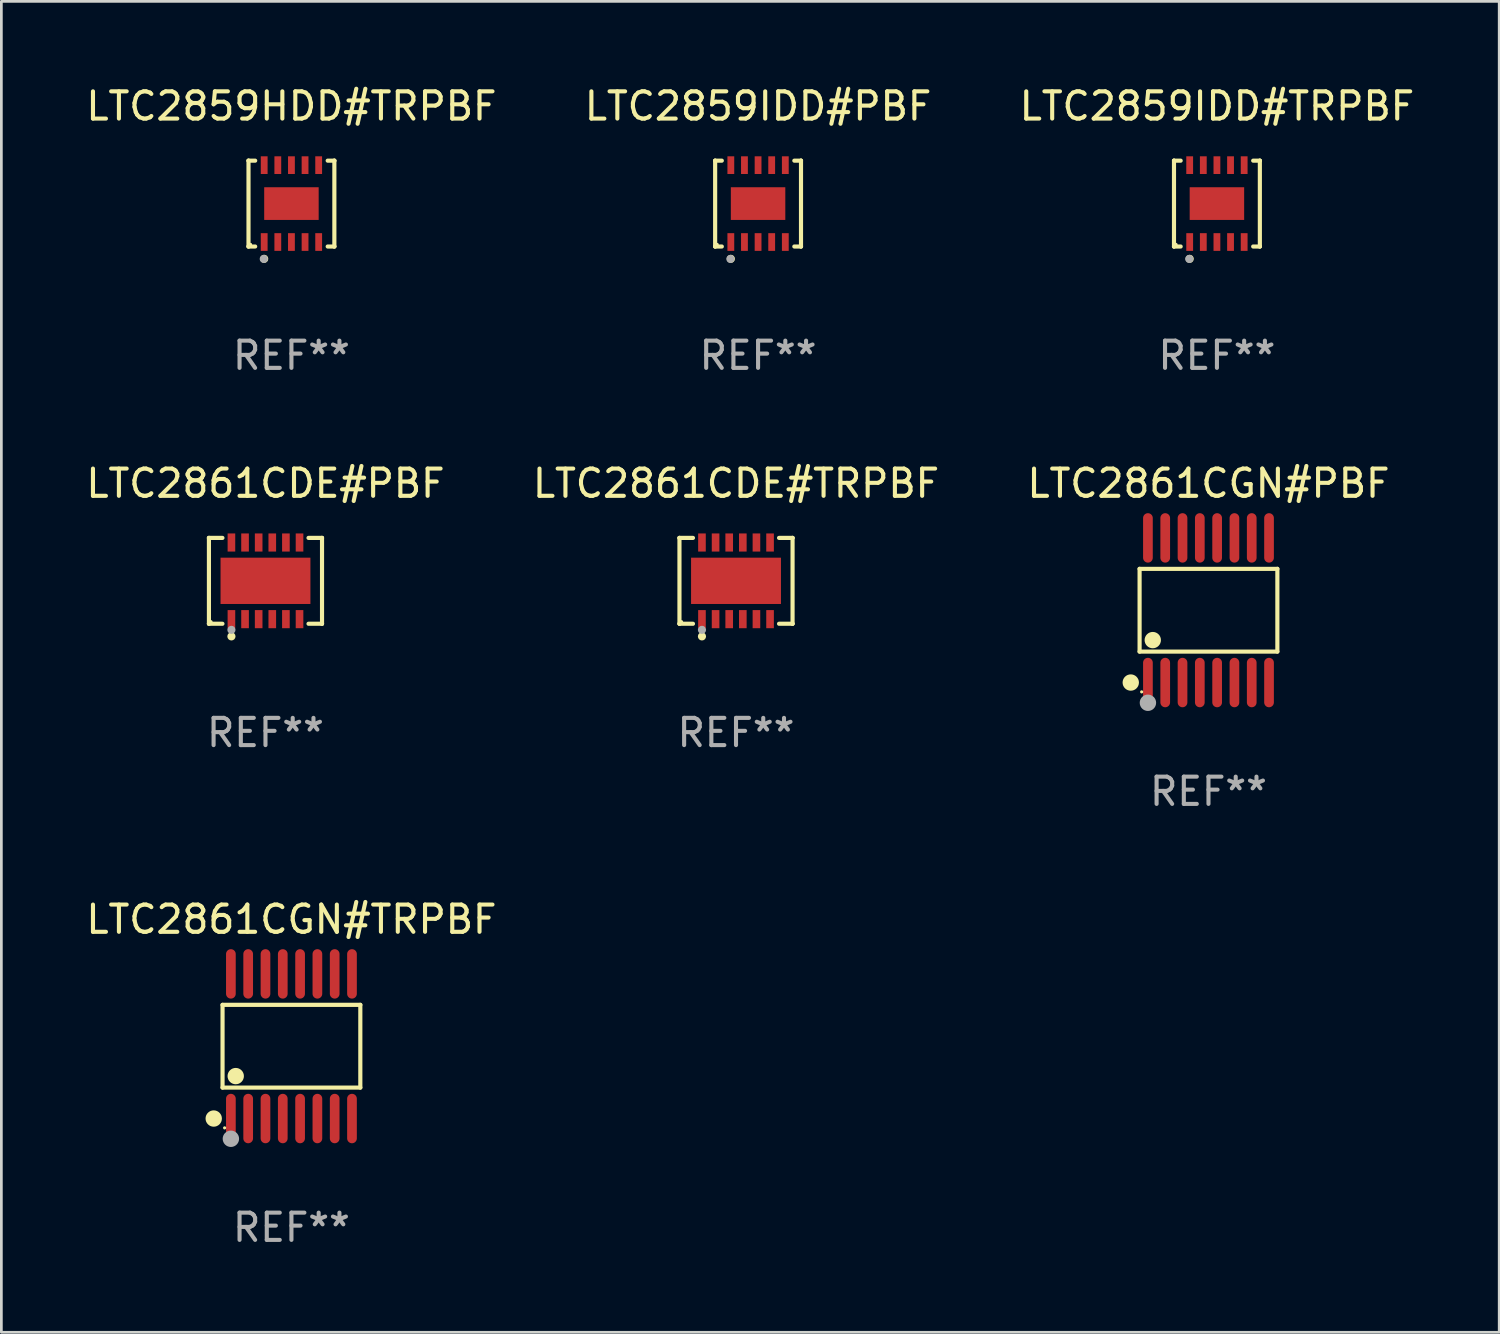
<source format=kicad_pcb>
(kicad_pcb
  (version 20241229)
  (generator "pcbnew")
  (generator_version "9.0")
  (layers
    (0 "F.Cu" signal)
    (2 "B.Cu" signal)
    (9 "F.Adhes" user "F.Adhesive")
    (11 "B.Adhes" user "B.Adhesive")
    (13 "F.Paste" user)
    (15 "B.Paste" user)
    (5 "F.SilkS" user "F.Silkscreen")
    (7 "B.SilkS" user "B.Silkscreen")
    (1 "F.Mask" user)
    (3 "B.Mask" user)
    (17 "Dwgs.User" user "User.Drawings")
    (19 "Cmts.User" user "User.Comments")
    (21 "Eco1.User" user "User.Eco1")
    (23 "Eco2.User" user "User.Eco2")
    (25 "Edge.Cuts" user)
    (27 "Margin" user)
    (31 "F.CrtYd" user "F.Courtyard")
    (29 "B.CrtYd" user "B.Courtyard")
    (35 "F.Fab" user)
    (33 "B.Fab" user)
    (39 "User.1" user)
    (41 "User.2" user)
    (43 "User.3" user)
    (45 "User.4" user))
  (footprint "LTC2859HDD#TRPBF"
    (layer "F.Cu")
    (at 7.649 4.424)
    (property "Reference" "LTC2859HDD#TRPBF" (at 0 -3.576 0) (layer "F.SilkS") (effects (font (size 1 1) (thickness 0.15))))
    (attr through_hole)
    (fp_line (start -1.576 -1.576) (end -1.576 -1.576) (stroke (width 0.152) (type solid)) (layer "F.SilkS"))
    (fp_line (start -1.576 -1.576) (end -1.331 -1.576) (stroke (width 0.152) (type solid)) (layer "F.SilkS"))
    (fp_line (start -1.576 1.576) (end -1.576 -1.576) (stroke (width 0.152) (type solid)) (layer "F.SilkS"))
    (fp_line (start -1.576 1.576) (end -1.576 1.576) (stroke (width 0.152) (type solid)) (layer "F.SilkS"))
    (fp_line (start -1.331 1.576) (end -1.576 1.576) (stroke (width 0.152) (type solid)) (layer "F.SilkS"))
    (fp_line (start 1.331 1.576) (end 1.576 1.576) (stroke (width 0.152) (type solid)) (layer "F.SilkS"))
    (fp_line (start 1.576 -1.576) (end 1.331 -1.576) (stroke (width 0.152) (type solid)) (layer "F.SilkS"))
    (fp_line (start 1.576 -1.576) (end 1.576 -1.576) (stroke (width 0.152) (type solid)) (layer "F.SilkS"))
    (fp_line (start 1.576 1.576) (end 1.576 -1.576) (stroke (width 0.152) (type solid)) (layer "F.SilkS"))
    (fp_line (start 1.576 1.576) (end 1.576 1.576) (stroke (width 0.152) (type solid)) (layer "F.SilkS"))
    (fp_circle (center -1.5 1.5) (end -1.47 1.5) (stroke (width 0.06) (type solid)) (fill no) (layer "F.SilkS"))
    (fp_circle (center -1 2.028) (end -0.925 2.028) (stroke (width 0.15) (type solid)) (fill no) (layer "F.SilkS"))
    (fp_circle (center -1.016 2.032) (end -0.941 2.032) (stroke (width 0.15) (type solid)) (fill no) (layer "F.Fab"))
    (fp_text user "REF**" (at 0 5.576 0) (layer "F.Fab") (effects (font (size 1 1) (thickness 0.15))))
    (pad "1" smd rect (at -1 1.411) (size 0.25 0.65) (layers "F.Cu" "F.Mask" "F.Paste"))
    (pad "2" smd rect (at -0.5 1.411) (size 0.25 0.65) (layers "F.Cu" "F.Mask" "F.Paste"))
    (pad "3" smd rect (at 0 1.411) (size 0.25 0.65) (layers "F.Cu" "F.Mask" "F.Paste"))
    (pad "4" smd rect (at 0.5 1.411) (size 0.25 0.65) (layers "F.Cu" "F.Mask" "F.Paste"))
    (pad "5" smd rect (at 1 1.411) (size 0.25 0.65) (layers "F.Cu" "F.Mask" "F.Paste"))
    (pad "6" smd rect (at 1 -1.411) (size 0.25 0.65) (layers "F.Cu" "F.Mask" "F.Paste"))
    (pad "7" smd rect (at 0.5 -1.411) (size 0.25 0.65) (layers "F.Cu" "F.Mask" "F.Paste"))
    (pad "8" smd rect (at 0 -1.411) (size 0.25 0.65) (layers "F.Cu" "F.Mask" "F.Paste"))
    (pad "9" smd rect (at -0.5 -1.411) (size 0.25 0.65) (layers "F.Cu" "F.Mask" "F.Paste"))
    (pad "10" smd rect (at -1 -1.411) (size 0.25 0.65) (layers "F.Cu" "F.Mask" "F.Paste"))
    (pad "11" smd rect (at 0 0) (size 2 1.2) (layers "F.Cu" "F.Mask" "F.Paste")))
  (footprint "LTC2861CDE#TRPBF"
    (layer "F.Cu")
    (at 23.97 18.273)
    (property "Reference" "LTC2861CDE#TRPBF" (at 0 -3.576 0) (layer "F.SilkS") (effects (font (size 1 1) (thickness 0.15))))
    (attr through_hole)
    (fp_line (start -2.076 -1.576) (end -2.076 -1.576) (stroke (width 0.152) (type solid)) (layer "F.SilkS"))
    (fp_line (start -2.076 -1.576) (end -1.58 -1.576) (stroke (width 0.152) (type solid)) (layer "F.SilkS"))
    (fp_line (start -2.076 1.576) (end -2.076 -1.576) (stroke (width 0.152) (type solid)) (layer "F.SilkS"))
    (fp_line (start -2.076 1.576) (end -2.076 1.576) (stroke (width 0.152) (type solid)) (layer "F.SilkS"))
    (fp_line (start -1.58 1.576) (end -2.076 1.576) (stroke (width 0.152) (type solid)) (layer "F.SilkS"))
    (fp_line (start 1.58 1.576) (end 2.076 1.576) (stroke (width 0.152) (type solid)) (layer "F.SilkS"))
    (fp_line (start 2.076 -1.576) (end 1.58 -1.576) (stroke (width 0.152) (type solid)) (layer "F.SilkS"))
    (fp_line (start 2.076 -1.576) (end 2.076 -1.576) (stroke (width 0.152) (type solid)) (layer "F.SilkS"))
    (fp_line (start 2.076 1.576) (end 2.076 -1.576) (stroke (width 0.152) (type solid)) (layer "F.SilkS"))
    (fp_line (start 2.076 1.576) (end 2.076 1.576) (stroke (width 0.152) (type solid)) (layer "F.SilkS"))
    (fp_circle (center -2 1.5) (end -1.97 1.5) (stroke (width 0.06) (type solid)) (fill no) (layer "F.SilkS"))
    (fp_circle (center -1.25 2.04) (end -1.175 2.04) (stroke (width 0.15) (type solid)) (fill no) (layer "F.SilkS"))
    (fp_circle (center -1.25 1.8) (end -1.175 1.8) (stroke (width 0.15) (type solid)) (fill no) (layer "F.Fab"))
    (fp_text user "REF**" (at 0 5.576 0) (layer "F.Fab") (effects (font (size 1 1) (thickness 0.15))))
    (pad "1" smd rect (at -1.25 1.407) (size 0.28 0.665) (layers "F.Cu" "F.Mask" "F.Paste"))
    (pad "2" smd rect (at -0.75 1.407) (size 0.28 0.665) (layers "F.Cu" "F.Mask" "F.Paste"))
    (pad "3" smd rect (at -0.25 1.407) (size 0.28 0.665) (layers "F.Cu" "F.Mask" "F.Paste"))
    (pad "4" smd rect (at 0.25 1.407) (size 0.28 0.665) (layers "F.Cu" "F.Mask" "F.Paste"))
    (pad "5" smd rect (at 0.75 1.407) (size 0.28 0.665) (layers "F.Cu" "F.Mask" "F.Paste"))
    (pad "6" smd rect (at 1.25 1.407) (size 0.28 0.665) (layers "F.Cu" "F.Mask" "F.Paste"))
    (pad "7" smd rect (at 1.25 -1.407) (size 0.28 0.665) (layers "F.Cu" "F.Mask" "F.Paste"))
    (pad "8" smd rect (at 0.75 -1.407) (size 0.28 0.665) (layers "F.Cu" "F.Mask" "F.Paste"))
    (pad "9" smd rect (at 0.25 -1.407) (size 0.28 0.665) (layers "F.Cu" "F.Mask" "F.Paste"))
    (pad "10" smd rect (at -0.25 -1.407) (size 0.28 0.665) (layers "F.Cu" "F.Mask" "F.Paste"))
    (pad "11" smd rect (at -0.75 -1.407) (size 0.28 0.665) (layers "F.Cu" "F.Mask" "F.Paste"))
    (pad "12" smd rect (at -1.25 -1.407) (size 0.28 0.665) (layers "F.Cu" "F.Mask" "F.Paste"))
    (pad "13" smd rect (at 0 0) (size 3.3 1.7) (layers "F.Cu" "F.Mask" "F.Paste")))
  (footprint "LTC2861CGN#TRPBF"
    (layer "F.Cu")
    (at 7.649 35.358)
    (property "Reference" "LTC2861CGN#TRPBF" (at 0 -4.655 0) (layer "F.SilkS") (effects (font (size 1 1) (thickness 0.15))))
    (attr through_hole)
    (fp_line (start -2.529 -1.519) (end 2.529 -1.519) (stroke (width 0.152) (type solid)) (layer "F.SilkS"))
    (fp_line (start -2.529 1.519) (end -2.529 -1.519) (stroke (width 0.152) (type solid)) (layer "F.SilkS"))
    (fp_line (start 2.529 -1.519) (end 2.529 1.519) (stroke (width 0.152) (type solid)) (layer "F.SilkS"))
    (fp_line (start 2.529 1.519) (end -2.529 1.519) (stroke (width 0.152) (type solid)) (layer "F.SilkS"))
    (fp_circle (center -2.853 2.655) (end -2.703 2.655) (stroke (width 0.3) (type solid)) (fill no) (layer "F.SilkS"))
    (fp_circle (center -2.453 2.998) (end -2.423 2.998) (stroke (width 0.06) (type solid)) (fill no) (layer "F.SilkS"))
    (fp_circle (center -2.045 1.097) (end -1.895 1.097) (stroke (width 0.3) (type solid)) (fill no) (layer "F.SilkS"))
    (fp_circle (center -2.223 3.398) (end -2.072 3.398) (stroke (width 0.3) (type solid)) (fill no) (layer "F.Fab"))
    (fp_text user "REF**" (at 0 6.655 0) (layer "F.Fab") (effects (font (size 1 1) (thickness 0.15))))
    (pad "1" smd oval (at -2.223 2.655) (size 0.356 1.815) (layers "F.Cu" "F.Mask" "F.Paste"))
    (pad "2" smd oval (at -1.588 2.655) (size 0.356 1.815) (layers "F.Cu" "F.Mask" "F.Paste"))
    (pad "3" smd oval (at -0.953 2.655) (size 0.356 1.815) (layers "F.Cu" "F.Mask" "F.Paste"))
    (pad "4" smd oval (at -0.318 2.655) (size 0.356 1.815) (layers "F.Cu" "F.Mask" "F.Paste"))
    (pad "5" smd oval (at 0.318 2.655) (size 0.356 1.815) (layers "F.Cu" "F.Mask" "F.Paste"))
    (pad "6" smd oval (at 0.953 2.655) (size 0.356 1.815) (layers "F.Cu" "F.Mask" "F.Paste"))
    (pad "7" smd oval (at 1.588 2.655) (size 0.356 1.815) (layers "F.Cu" "F.Mask" "F.Paste"))
    (pad "8" smd oval (at 2.223 2.655) (size 0.356 1.815) (layers "F.Cu" "F.Mask" "F.Paste"))
    (pad "9" smd oval (at 2.223 -2.655) (size 0.356 1.815) (layers "F.Cu" "F.Mask" "F.Paste"))
    (pad "10" smd oval (at 1.588 -2.655) (size 0.356 1.815) (layers "F.Cu" "F.Mask" "F.Paste"))
    (pad "11" smd oval (at 0.953 -2.655) (size 0.356 1.815) (layers "F.Cu" "F.Mask" "F.Paste"))
    (pad "12" smd oval (at 0.318 -2.655) (size 0.356 1.815) (layers "F.Cu" "F.Mask" "F.Paste"))
    (pad "13" smd oval (at -0.318 -2.655) (size 0.356 1.815) (layers "F.Cu" "F.Mask" "F.Paste"))
    (pad "14" smd oval (at -0.953 -2.655) (size 0.356 1.815) (layers "F.Cu" "F.Mask" "F.Paste"))
    (pad "15" smd oval (at -1.588 -2.655) (size 0.356 1.815) (layers "F.Cu" "F.Mask" "F.Paste"))
    (pad "16" smd oval (at -2.223 -2.655) (size 0.356 1.815) (layers "F.Cu" "F.Mask" "F.Paste")))
  (footprint "LTC2859IDD#PBF"
    (layer "F.Cu")
    (at 24.78 4.424)
    (property "Reference" "LTC2859IDD#PBF" (at 0 -3.576 0) (layer "F.SilkS") (effects (font (size 1 1) (thickness 0.15))))
    (attr through_hole)
    (fp_line (start -1.576 -1.576) (end -1.576 -1.576) (stroke (width 0.152) (type solid)) (layer "F.SilkS"))
    (fp_line (start -1.576 -1.576) (end -1.331 -1.576) (stroke (width 0.152) (type solid)) (layer "F.SilkS"))
    (fp_line (start -1.576 1.576) (end -1.576 -1.576) (stroke (width 0.152) (type solid)) (layer "F.SilkS"))
    (fp_line (start -1.576 1.576) (end -1.576 1.576) (stroke (width 0.152) (type solid)) (layer "F.SilkS"))
    (fp_line (start -1.331 1.576) (end -1.576 1.576) (stroke (width 0.152) (type solid)) (layer "F.SilkS"))
    (fp_line (start 1.331 1.576) (end 1.576 1.576) (stroke (width 0.152) (type solid)) (layer "F.SilkS"))
    (fp_line (start 1.576 -1.576) (end 1.331 -1.576) (stroke (width 0.152) (type solid)) (layer "F.SilkS"))
    (fp_line (start 1.576 -1.576) (end 1.576 -1.576) (stroke (width 0.152) (type solid)) (layer "F.SilkS"))
    (fp_line (start 1.576 1.576) (end 1.576 -1.576) (stroke (width 0.152) (type solid)) (layer "F.SilkS"))
    (fp_line (start 1.576 1.576) (end 1.576 1.576) (stroke (width 0.152) (type solid)) (layer "F.SilkS"))
    (fp_circle (center -1.5 1.5) (end -1.47 1.5) (stroke (width 0.06) (type solid)) (fill no) (layer "F.SilkS"))
    (fp_circle (center -1 2.028) (end -0.925 2.028) (stroke (width 0.15) (type solid)) (fill no) (layer "F.SilkS"))
    (fp_circle (center -1.016 2.032) (end -0.941 2.032) (stroke (width 0.15) (type solid)) (fill no) (layer "F.Fab"))
    (fp_text user "REF**" (at 0 5.576 0) (layer "F.Fab") (effects (font (size 1 1) (thickness 0.15))))
    (pad "1" smd rect (at -1 1.411) (size 0.25 0.65) (layers "F.Cu" "F.Mask" "F.Paste"))
    (pad "2" smd rect (at -0.5 1.411) (size 0.25 0.65) (layers "F.Cu" "F.Mask" "F.Paste"))
    (pad "3" smd rect (at 0 1.411) (size 0.25 0.65) (layers "F.Cu" "F.Mask" "F.Paste"))
    (pad "4" smd rect (at 0.5 1.411) (size 0.25 0.65) (layers "F.Cu" "F.Mask" "F.Paste"))
    (pad "5" smd rect (at 1 1.411) (size 0.25 0.65) (layers "F.Cu" "F.Mask" "F.Paste"))
    (pad "6" smd rect (at 1 -1.411) (size 0.25 0.65) (layers "F.Cu" "F.Mask" "F.Paste"))
    (pad "7" smd rect (at 0.5 -1.411) (size 0.25 0.65) (layers "F.Cu" "F.Mask" "F.Paste"))
    (pad "8" smd rect (at 0 -1.411) (size 0.25 0.65) (layers "F.Cu" "F.Mask" "F.Paste"))
    (pad "9" smd rect (at -0.5 -1.411) (size 0.25 0.65) (layers "F.Cu" "F.Mask" "F.Paste"))
    (pad "10" smd rect (at -1 -1.411) (size 0.25 0.65) (layers "F.Cu" "F.Mask" "F.Paste"))
    (pad "11" smd rect (at 0 0) (size 2 1.2) (layers "F.Cu" "F.Mask" "F.Paste")))
  (footprint "LTC2859IDD#TRPBF"
    (layer "F.Cu")
    (at 41.625 4.424)
    (property "Reference" "LTC2859IDD#TRPBF" (at 0 -3.576 0) (layer "F.SilkS") (effects (font (size 1 1) (thickness 0.15))))
    (attr through_hole)
    (fp_line (start -1.576 -1.576) (end -1.576 -1.576) (stroke (width 0.152) (type solid)) (layer "F.SilkS"))
    (fp_line (start -1.576 -1.576) (end -1.331 -1.576) (stroke (width 0.152) (type solid)) (layer "F.SilkS"))
    (fp_line (start -1.576 1.576) (end -1.576 -1.576) (stroke (width 0.152) (type solid)) (layer "F.SilkS"))
    (fp_line (start -1.576 1.576) (end -1.576 1.576) (stroke (width 0.152) (type solid)) (layer "F.SilkS"))
    (fp_line (start -1.331 1.576) (end -1.576 1.576) (stroke (width 0.152) (type solid)) (layer "F.SilkS"))
    (fp_line (start 1.331 1.576) (end 1.576 1.576) (stroke (width 0.152) (type solid)) (layer "F.SilkS"))
    (fp_line (start 1.576 -1.576) (end 1.331 -1.576) (stroke (width 0.152) (type solid)) (layer "F.SilkS"))
    (fp_line (start 1.576 -1.576) (end 1.576 -1.576) (stroke (width 0.152) (type solid)) (layer "F.SilkS"))
    (fp_line (start 1.576 1.576) (end 1.576 -1.576) (stroke (width 0.152) (type solid)) (layer "F.SilkS"))
    (fp_line (start 1.576 1.576) (end 1.576 1.576) (stroke (width 0.152) (type solid)) (layer "F.SilkS"))
    (fp_circle (center -1.5 1.5) (end -1.47 1.5) (stroke (width 0.06) (type solid)) (fill no) (layer "F.SilkS"))
    (fp_circle (center -1 2.028) (end -0.925 2.028) (stroke (width 0.15) (type solid)) (fill no) (layer "F.SilkS"))
    (fp_circle (center -1.016 2.032) (end -0.941 2.032) (stroke (width 0.15) (type solid)) (fill no) (layer "F.Fab"))
    (fp_text user "REF**" (at 0 5.576 0) (layer "F.Fab") (effects (font (size 1 1) (thickness 0.15))))
    (pad "1" smd rect (at -1 1.411) (size 0.25 0.65) (layers "F.Cu" "F.Mask" "F.Paste"))
    (pad "2" smd rect (at -0.5 1.411) (size 0.25 0.65) (layers "F.Cu" "F.Mask" "F.Paste"))
    (pad "3" smd rect (at 0 1.411) (size 0.25 0.65) (layers "F.Cu" "F.Mask" "F.Paste"))
    (pad "4" smd rect (at 0.5 1.411) (size 0.25 0.65) (layers "F.Cu" "F.Mask" "F.Paste"))
    (pad "5" smd rect (at 1 1.411) (size 0.25 0.65) (layers "F.Cu" "F.Mask" "F.Paste"))
    (pad "6" smd rect (at 1 -1.411) (size 0.25 0.65) (layers "F.Cu" "F.Mask" "F.Paste"))
    (pad "7" smd rect (at 0.5 -1.411) (size 0.25 0.65) (layers "F.Cu" "F.Mask" "F.Paste"))
    (pad "8" smd rect (at 0 -1.411) (size 0.25 0.65) (layers "F.Cu" "F.Mask" "F.Paste"))
    (pad "9" smd rect (at -0.5 -1.411) (size 0.25 0.65) (layers "F.Cu" "F.Mask" "F.Paste"))
    (pad "10" smd rect (at -1 -1.411) (size 0.25 0.65) (layers "F.Cu" "F.Mask" "F.Paste"))
    (pad "11" smd rect (at 0 0) (size 2 1.2) (layers "F.Cu" "F.Mask" "F.Paste")))
  (footprint "LTC2861CGN#PBF"
    (layer "F.Cu")
    (at 41.315 19.352)
    (property "Reference" "LTC2861CGN#PBF" (at 0 -4.655 0) (layer "F.SilkS") (effects (font (size 1 1) (thickness 0.15))))
    (attr through_hole)
    (fp_line (start -2.529 -1.519) (end 2.529 -1.519) (stroke (width 0.152) (type solid)) (layer "F.SilkS"))
    (fp_line (start -2.529 1.519) (end -2.529 -1.519) (stroke (width 0.152) (type solid)) (layer "F.SilkS"))
    (fp_line (start 2.529 -1.519) (end 2.529 1.519) (stroke (width 0.152) (type solid)) (layer "F.SilkS"))
    (fp_line (start 2.529 1.519) (end -2.529 1.519) (stroke (width 0.152) (type solid)) (layer "F.SilkS"))
    (fp_circle (center -2.853 2.655) (end -2.703 2.655) (stroke (width 0.3) (type solid)) (fill no) (layer "F.SilkS"))
    (fp_circle (center -2.453 2.998) (end -2.423 2.998) (stroke (width 0.06) (type solid)) (fill no) (layer "F.SilkS"))
    (fp_circle (center -2.045 1.097) (end -1.895 1.097) (stroke (width 0.3) (type solid)) (fill no) (layer "F.SilkS"))
    (fp_circle (center -2.223 3.398) (end -2.072 3.398) (stroke (width 0.3) (type solid)) (fill no) (layer "F.Fab"))
    (fp_text user "REF**" (at 0 6.655 0) (layer "F.Fab") (effects (font (size 1 1) (thickness 0.15))))
    (pad "1" smd oval (at -2.223 2.655) (size 0.356 1.815) (layers "F.Cu" "F.Mask" "F.Paste"))
    (pad "2" smd oval (at -1.588 2.655) (size 0.356 1.815) (layers "F.Cu" "F.Mask" "F.Paste"))
    (pad "3" smd oval (at -0.953 2.655) (size 0.356 1.815) (layers "F.Cu" "F.Mask" "F.Paste"))
    (pad "4" smd oval (at -0.318 2.655) (size 0.356 1.815) (layers "F.Cu" "F.Mask" "F.Paste"))
    (pad "5" smd oval (at 0.318 2.655) (size 0.356 1.815) (layers "F.Cu" "F.Mask" "F.Paste"))
    (pad "6" smd oval (at 0.953 2.655) (size 0.356 1.815) (layers "F.Cu" "F.Mask" "F.Paste"))
    (pad "7" smd oval (at 1.588 2.655) (size 0.356 1.815) (layers "F.Cu" "F.Mask" "F.Paste"))
    (pad "8" smd oval (at 2.223 2.655) (size 0.356 1.815) (layers "F.Cu" "F.Mask" "F.Paste"))
    (pad "9" smd oval (at 2.223 -2.655) (size 0.356 1.815) (layers "F.Cu" "F.Mask" "F.Paste"))
    (pad "10" smd oval (at 1.588 -2.655) (size 0.356 1.815) (layers "F.Cu" "F.Mask" "F.Paste"))
    (pad "11" smd oval (at 0.953 -2.655) (size 0.356 1.815) (layers "F.Cu" "F.Mask" "F.Paste"))
    (pad "12" smd oval (at 0.318 -2.655) (size 0.356 1.815) (layers "F.Cu" "F.Mask" "F.Paste"))
    (pad "13" smd oval (at -0.318 -2.655) (size 0.356 1.815) (layers "F.Cu" "F.Mask" "F.Paste"))
    (pad "14" smd oval (at -0.953 -2.655) (size 0.356 1.815) (layers "F.Cu" "F.Mask" "F.Paste"))
    (pad "15" smd oval (at -1.588 -2.655) (size 0.356 1.815) (layers "F.Cu" "F.Mask" "F.Paste"))
    (pad "16" smd oval (at -2.223 -2.655) (size 0.356 1.815) (layers "F.Cu" "F.Mask" "F.Paste")))
  (footprint "LTC2861CDE#PBF"
    (layer "F.Cu")
    (at 6.696 18.273)
    (property "Reference" "LTC2861CDE#PBF" (at 0 -3.576 0) (layer "F.SilkS") (effects (font (size 1 1) (thickness 0.15))))
    (attr through_hole)
    (fp_line (start -2.076 -1.576) (end -2.076 -1.576) (stroke (width 0.152) (type solid)) (layer "F.SilkS"))
    (fp_line (start -2.076 -1.576) (end -1.58 -1.576) (stroke (width 0.152) (type solid)) (layer "F.SilkS"))
    (fp_line (start -2.076 1.576) (end -2.076 -1.576) (stroke (width 0.152) (type solid)) (layer "F.SilkS"))
    (fp_line (start -2.076 1.576) (end -2.076 1.576) (stroke (width 0.152) (type solid)) (layer "F.SilkS"))
    (fp_line (start -1.58 1.576) (end -2.076 1.576) (stroke (width 0.152) (type solid)) (layer "F.SilkS"))
    (fp_line (start 1.58 1.576) (end 2.076 1.576) (stroke (width 0.152) (type solid)) (layer "F.SilkS"))
    (fp_line (start 2.076 -1.576) (end 1.58 -1.576) (stroke (width 0.152) (type solid)) (layer "F.SilkS"))
    (fp_line (start 2.076 -1.576) (end 2.076 -1.576) (stroke (width 0.152) (type solid)) (layer "F.SilkS"))
    (fp_line (start 2.076 1.576) (end 2.076 -1.576) (stroke (width 0.152) (type solid)) (layer "F.SilkS"))
    (fp_line (start 2.076 1.576) (end 2.076 1.576) (stroke (width 0.152) (type solid)) (layer "F.SilkS"))
    (fp_circle (center -2 1.5) (end -1.97 1.5) (stroke (width 0.06) (type solid)) (fill no) (layer "F.SilkS"))
    (fp_circle (center -1.25 2.04) (end -1.175 2.04) (stroke (width 0.15) (type solid)) (fill no) (layer "F.SilkS"))
    (fp_circle (center -1.25 1.8) (end -1.175 1.8) (stroke (width 0.15) (type solid)) (fill no) (layer "F.Fab"))
    (fp_text user "REF**" (at 0 5.576 0) (layer "F.Fab") (effects (font (size 1 1) (thickness 0.15))))
    (pad "1" smd rect (at -1.25 1.407) (size 0.28 0.665) (layers "F.Cu" "F.Mask" "F.Paste"))
    (pad "2" smd rect (at -0.75 1.407) (size 0.28 0.665) (layers "F.Cu" "F.Mask" "F.Paste"))
    (pad "3" smd rect (at -0.25 1.407) (size 0.28 0.665) (layers "F.Cu" "F.Mask" "F.Paste"))
    (pad "4" smd rect (at 0.25 1.407) (size 0.28 0.665) (layers "F.Cu" "F.Mask" "F.Paste"))
    (pad "5" smd rect (at 0.75 1.407) (size 0.28 0.665) (layers "F.Cu" "F.Mask" "F.Paste"))
    (pad "6" smd rect (at 1.25 1.407) (size 0.28 0.665) (layers "F.Cu" "F.Mask" "F.Paste"))
    (pad "7" smd rect (at 1.25 -1.407) (size 0.28 0.665) (layers "F.Cu" "F.Mask" "F.Paste"))
    (pad "8" smd rect (at 0.75 -1.407) (size 0.28 0.665) (layers "F.Cu" "F.Mask" "F.Paste"))
    (pad "9" smd rect (at 0.25 -1.407) (size 0.28 0.665) (layers "F.Cu" "F.Mask" "F.Paste"))
    (pad "10" smd rect (at -0.25 -1.407) (size 0.28 0.665) (layers "F.Cu" "F.Mask" "F.Paste"))
    (pad "11" smd rect (at -0.75 -1.407) (size 0.28 0.665) (layers "F.Cu" "F.Mask" "F.Paste"))
    (pad "12" smd rect (at -1.25 -1.407) (size 0.28 0.665) (layers "F.Cu" "F.Mask" "F.Paste"))
    (pad "13" smd rect (at 0 0) (size 3.3 1.7) (layers "F.Cu" "F.Mask" "F.Paste")))
  (gr_rect
    (start -3 -3)
    (end 51.988 45.861)
    (stroke (width 0.1) (type default))
    (fill no)
    (layer "Edge.Cuts")))
</source>
